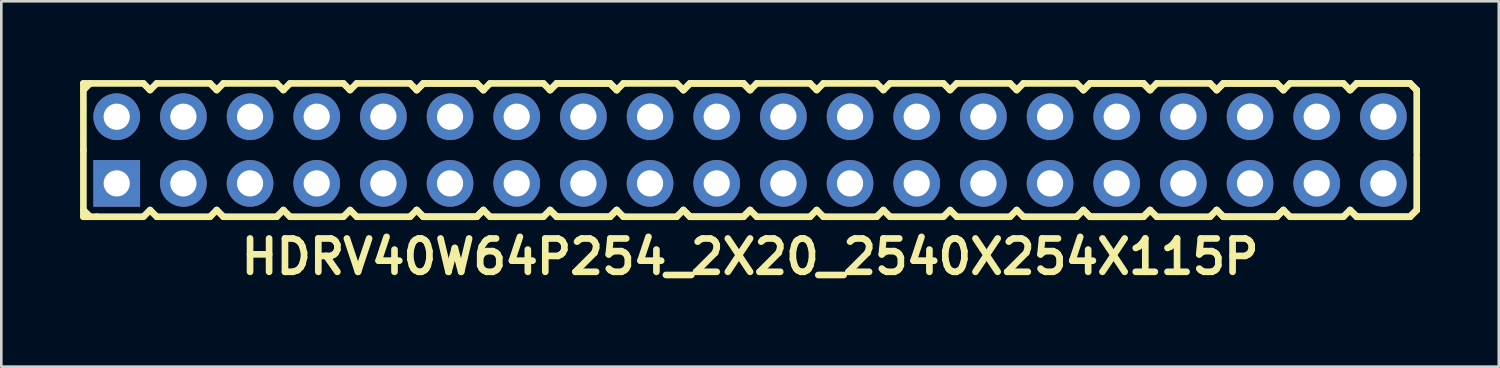
<source format=kicad_pcb>
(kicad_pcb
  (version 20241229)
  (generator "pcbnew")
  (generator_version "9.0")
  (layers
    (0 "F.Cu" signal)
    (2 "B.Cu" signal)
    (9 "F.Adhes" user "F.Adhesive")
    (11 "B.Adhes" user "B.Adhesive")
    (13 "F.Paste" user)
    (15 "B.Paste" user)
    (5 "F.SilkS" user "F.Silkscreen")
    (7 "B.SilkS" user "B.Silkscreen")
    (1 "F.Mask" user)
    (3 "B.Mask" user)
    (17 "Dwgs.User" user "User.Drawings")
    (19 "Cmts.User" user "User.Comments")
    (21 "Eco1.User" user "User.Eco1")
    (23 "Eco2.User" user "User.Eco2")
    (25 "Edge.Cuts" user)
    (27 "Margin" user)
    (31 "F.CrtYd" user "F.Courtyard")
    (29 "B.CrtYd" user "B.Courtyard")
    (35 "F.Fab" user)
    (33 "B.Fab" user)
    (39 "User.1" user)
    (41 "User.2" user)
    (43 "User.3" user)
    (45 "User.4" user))
  (footprint "HDRV40W64P254_2X20_2540X254X115P"
    (layer "F.Cu")
    (at 25.527 2.667)
    (property "Reference" "HDRV40W64P254_2X20_2540X254X115P" (at 0 4.064 0) (layer "F.SilkS") (effects (font (size 1.27 1.27) (thickness 0.254))))
    (attr smd)
    (fp_line (start -25.4 -2.54) (end -25.4 0) (stroke (width 0.254) (type solid)) (layer "F.SilkS"))
    (fp_line (start -25.4 -2.54) (end -25.146 -2.54) (stroke (width 0.254) (type solid)) (layer "F.SilkS"))
    (fp_line (start -25.4 -2.286) (end -25.146 -2.54) (stroke (width 0.254) (type solid)) (layer "F.SilkS"))
    (fp_line (start -25.4 0) (end -25.4 2.54) (stroke (width 0.254) (type solid)) (layer "F.SilkS"))
    (fp_line (start -25.146 -2.54) (end -23.114 -2.54) (stroke (width 0.254) (type solid)) (layer "F.SilkS"))
    (fp_line (start -25.146 2.54) (end -25.4 2.286) (stroke (width 0.254) (type solid)) (layer "F.SilkS"))
    (fp_line (start -24.892 2.54) (end -25.4 2.54) (stroke (width 0.254) (type solid)) (layer "F.SilkS"))
    (fp_line (start -23.114 -2.54) (end -22.86 -2.286) (stroke (width 0.254) (type solid)) (layer "F.SilkS"))
    (fp_line (start -23.114 2.54) (end -24.892 2.54) (stroke (width 0.254) (type solid)) (layer "F.SilkS"))
    (fp_line (start -22.86 -2.286) (end -22.606 -2.54) (stroke (width 0.254) (type solid)) (layer "F.SilkS"))
    (fp_line (start -22.86 2.286) (end -23.114 2.54) (stroke (width 0.254) (type solid)) (layer "F.SilkS"))
    (fp_line (start -22.606 -2.54) (end -20.574 -2.54) (stroke (width 0.254) (type solid)) (layer "F.SilkS"))
    (fp_line (start -22.606 2.54) (end -22.86 2.286) (stroke (width 0.254) (type solid)) (layer "F.SilkS"))
    (fp_line (start -20.574 -2.54) (end -20.32 -2.286) (stroke (width 0.254) (type solid)) (layer "F.SilkS"))
    (fp_line (start -20.574 2.54) (end -22.606 2.54) (stroke (width 0.254) (type solid)) (layer "F.SilkS"))
    (fp_line (start -20.574 2.54) (end -20.32 2.286) (stroke (width 0.254) (type solid)) (layer "F.SilkS"))
    (fp_line (start -20.32 -2.286) (end -20.066 -2.54) (stroke (width 0.254) (type solid)) (layer "F.SilkS"))
    (fp_line (start -20.32 2.286) (end -20.066 2.54) (stroke (width 0.254) (type solid)) (layer "F.SilkS"))
    (fp_line (start -20.066 -2.54) (end -18.034 -2.54) (stroke (width 0.254) (type solid)) (layer "F.SilkS"))
    (fp_line (start -18.034 -2.54) (end -17.78 -2.286) (stroke (width 0.254) (type solid)) (layer "F.SilkS"))
    (fp_line (start -18.034 2.54) (end -20.066 2.54) (stroke (width 0.254) (type solid)) (layer "F.SilkS"))
    (fp_line (start -17.78 -2.286) (end -17.526 -2.54) (stroke (width 0.254) (type solid)) (layer "F.SilkS"))
    (fp_line (start -17.78 2.286) (end -18.034 2.54) (stroke (width 0.254) (type solid)) (layer "F.SilkS"))
    (fp_line (start -17.526 -2.54) (end -15.494 -2.54) (stroke (width 0.254) (type solid)) (layer "F.SilkS"))
    (fp_line (start -17.526 2.54) (end -17.78 2.286) (stroke (width 0.254) (type solid)) (layer "F.SilkS"))
    (fp_line (start -15.494 -2.54) (end -15.24 -2.286) (stroke (width 0.254) (type solid)) (layer "F.SilkS"))
    (fp_line (start -15.494 2.54) (end -17.526 2.54) (stroke (width 0.254) (type solid)) (layer "F.SilkS"))
    (fp_line (start -15.24 -2.286) (end -14.986 -2.54) (stroke (width 0.254) (type solid)) (layer "F.SilkS"))
    (fp_line (start -15.24 2.286) (end -15.494 2.54) (stroke (width 0.254) (type solid)) (layer "F.SilkS"))
    (fp_line (start -14.986 -2.54) (end -12.954 -2.54) (stroke (width 0.254) (type solid)) (layer "F.SilkS"))
    (fp_line (start -14.986 2.54) (end -15.24 2.286) (stroke (width 0.254) (type solid)) (layer "F.SilkS"))
    (fp_line (start -12.954 -2.54) (end -12.7 -2.286) (stroke (width 0.254) (type solid)) (layer "F.SilkS"))
    (fp_line (start -12.954 2.54) (end -14.986 2.54) (stroke (width 0.254) (type solid)) (layer "F.SilkS"))
    (fp_line (start -12.7 -2.286) (end -12.446 -2.54) (stroke (width 0.254) (type solid)) (layer "F.SilkS"))
    (fp_line (start -12.7 -2.286) (end -12.446 -2.54) (stroke (width 0.254) (type solid)) (layer "F.SilkS"))
    (fp_line (start -12.7 2.286) (end -12.954 2.54) (stroke (width 0.254) (type solid)) (layer "F.SilkS"))
    (fp_line (start -12.446 -2.54) (end -10.414 -2.54) (stroke (width 0.254) (type solid)) (layer "F.SilkS"))
    (fp_line (start -12.446 -2.54) (end -10.414 -2.54) (stroke (width 0.254) (type solid)) (layer "F.SilkS"))
    (fp_line (start -12.446 2.54) (end -12.7 2.286) (stroke (width 0.254) (type solid)) (layer "F.SilkS"))
    (fp_line (start -12.446 2.54) (end -12.7 2.286) (stroke (width 0.254) (type solid)) (layer "F.SilkS"))
    (fp_line (start -10.414 -2.54) (end -10.16 -2.286) (stroke (width 0.254) (type solid)) (layer "F.SilkS"))
    (fp_line (start -10.414 -2.54) (end -10.16 -2.286) (stroke (width 0.254) (type solid)) (layer "F.SilkS"))
    (fp_line (start -10.414 2.54) (end -12.446 2.54) (stroke (width 0.254) (type solid)) (layer "F.SilkS"))
    (fp_line (start -10.414 2.54) (end -12.446 2.54) (stroke (width 0.254) (type solid)) (layer "F.SilkS"))
    (fp_line (start -10.16 -2.286) (end -9.906 -2.54) (stroke (width 0.254) (type solid)) (layer "F.SilkS"))
    (fp_line (start -10.16 2.286) (end -10.414 2.54) (stroke (width 0.254) (type solid)) (layer "F.SilkS"))
    (fp_line (start -10.16 2.286) (end -10.414 2.54) (stroke (width 0.254) (type solid)) (layer "F.SilkS"))
    (fp_line (start -9.906 -2.54) (end -7.874 -2.54) (stroke (width 0.254) (type solid)) (layer "F.SilkS"))
    (fp_line (start -9.906 2.54) (end -10.16 2.286) (stroke (width 0.254) (type solid)) (layer "F.SilkS"))
    (fp_line (start -7.874 -2.54) (end -7.62 -2.286) (stroke (width 0.254) (type solid)) (layer "F.SilkS"))
    (fp_line (start -7.874 2.54) (end -9.906 2.54) (stroke (width 0.254) (type solid)) (layer "F.SilkS"))
    (fp_line (start -7.62 -2.286) (end -7.366 -2.54) (stroke (width 0.254) (type solid)) (layer "F.SilkS"))
    (fp_line (start -7.62 -2.286) (end -7.366 -2.54) (stroke (width 0.254) (type solid)) (layer "F.SilkS"))
    (fp_line (start -7.62 2.286) (end -7.874 2.54) (stroke (width 0.254) (type solid)) (layer "F.SilkS"))
    (fp_line (start -7.366 -2.54) (end -5.334 -2.54) (stroke (width 0.254) (type solid)) (layer "F.SilkS"))
    (fp_line (start -7.366 -2.54) (end -5.334 -2.54) (stroke (width 0.254) (type solid)) (layer "F.SilkS"))
    (fp_line (start -7.366 2.54) (end -7.62 2.286) (stroke (width 0.254) (type solid)) (layer "F.SilkS"))
    (fp_line (start -7.366 2.54) (end -7.62 2.286) (stroke (width 0.254) (type solid)) (layer "F.SilkS"))
    (fp_line (start -5.334 -2.54) (end -5.08 -2.286) (stroke (width 0.254) (type solid)) (layer "F.SilkS"))
    (fp_line (start -5.334 -2.54) (end -5.08 -2.286) (stroke (width 0.254) (type solid)) (layer "F.SilkS"))
    (fp_line (start -5.334 2.54) (end -7.366 2.54) (stroke (width 0.254) (type solid)) (layer "F.SilkS"))
    (fp_line (start -5.334 2.54) (end -7.366 2.54) (stroke (width 0.254) (type solid)) (layer "F.SilkS"))
    (fp_line (start -5.08 -2.286) (end -4.826 -2.54) (stroke (width 0.254) (type solid)) (layer "F.SilkS"))
    (fp_line (start -5.08 2.286) (end -5.334 2.54) (stroke (width 0.254) (type solid)) (layer "F.SilkS"))
    (fp_line (start -5.08 2.286) (end -5.334 2.54) (stroke (width 0.254) (type solid)) (layer "F.SilkS"))
    (fp_line (start -4.826 -2.54) (end -2.794 -2.54) (stroke (width 0.254) (type solid)) (layer "F.SilkS"))
    (fp_line (start -4.826 2.54) (end -5.08 2.286) (stroke (width 0.254) (type solid)) (layer "F.SilkS"))
    (fp_line (start -2.794 -2.54) (end -2.54 -2.286) (stroke (width 0.254) (type solid)) (layer "F.SilkS"))
    (fp_line (start -2.794 2.54) (end -4.826 2.54) (stroke (width 0.254) (type solid)) (layer "F.SilkS"))
    (fp_line (start -2.54 -2.286) (end -2.286 -2.54) (stroke (width 0.254) (type solid)) (layer "F.SilkS"))
    (fp_line (start -2.54 -2.286) (end -2.286 -2.54) (stroke (width 0.254) (type solid)) (layer "F.SilkS"))
    (fp_line (start -2.54 2.286) (end -2.794 2.54) (stroke (width 0.254) (type solid)) (layer "F.SilkS"))
    (fp_line (start -2.286 -2.54) (end -0.254 -2.54) (stroke (width 0.254) (type solid)) (layer "F.SilkS"))
    (fp_line (start -2.286 -2.54) (end -0.254 -2.54) (stroke (width 0.254) (type solid)) (layer "F.SilkS"))
    (fp_line (start -2.286 2.54) (end -2.54 2.286) (stroke (width 0.254) (type solid)) (layer "F.SilkS"))
    (fp_line (start -2.286 2.54) (end -2.54 2.286) (stroke (width 0.254) (type solid)) (layer "F.SilkS"))
    (fp_line (start -0.254 -2.54) (end 0 -2.286) (stroke (width 0.254) (type solid)) (layer "F.SilkS"))
    (fp_line (start -0.254 -2.54) (end 0 -2.286) (stroke (width 0.254) (type solid)) (layer "F.SilkS"))
    (fp_line (start -0.254 2.54) (end -2.286 2.54) (stroke (width 0.254) (type solid)) (layer "F.SilkS"))
    (fp_line (start -0.254 2.54) (end -2.286 2.54) (stroke (width 0.254) (type solid)) (layer "F.SilkS"))
    (fp_line (start 0 -2.286) (end 0.254 -2.54) (stroke (width 0.254) (type solid)) (layer "F.SilkS"))
    (fp_line (start 0 2.286) (end -0.254 2.54) (stroke (width 0.254) (type solid)) (layer "F.SilkS"))
    (fp_line (start 0 2.286) (end -0.254 2.54) (stroke (width 0.254) (type solid)) (layer "F.SilkS"))
    (fp_line (start 0.254 -2.54) (end 2.286 -2.54) (stroke (width 0.254) (type solid)) (layer "F.SilkS"))
    (fp_line (start 0.254 2.54) (end 0 2.286) (stroke (width 0.254) (type solid)) (layer "F.SilkS"))
    (fp_line (start 2.286 -2.54) (end 2.54 -2.286) (stroke (width 0.254) (type solid)) (layer "F.SilkS"))
    (fp_line (start 2.286 2.54) (end 0.254 2.54) (stroke (width 0.254) (type solid)) (layer "F.SilkS"))
    (fp_line (start 2.54 -2.286) (end 2.794 -2.54) (stroke (width 0.254) (type solid)) (layer "F.SilkS"))
    (fp_line (start 2.54 2.286) (end 2.286 2.54) (stroke (width 0.254) (type solid)) (layer "F.SilkS"))
    (fp_line (start 2.794 -2.54) (end 4.826 -2.54) (stroke (width 0.254) (type solid)) (layer "F.SilkS"))
    (fp_line (start 2.794 2.54) (end 2.54 2.286) (stroke (width 0.254) (type solid)) (layer "F.SilkS"))
    (fp_line (start 4.826 -2.54) (end 5.08 -2.286) (stroke (width 0.254) (type solid)) (layer "F.SilkS"))
    (fp_line (start 4.826 2.54) (end 2.794 2.54) (stroke (width 0.254) (type solid)) (layer "F.SilkS"))
    (fp_line (start 4.826 2.54) (end 5.08 2.286) (stroke (width 0.254) (type solid)) (layer "F.SilkS"))
    (fp_line (start 5.08 -2.286) (end 5.334 -2.54) (stroke (width 0.254) (type solid)) (layer "F.SilkS"))
    (fp_line (start 5.08 2.286) (end 5.334 2.54) (stroke (width 0.254) (type solid)) (layer "F.SilkS"))
    (fp_line (start 5.334 -2.54) (end 7.366 -2.54) (stroke (width 0.254) (type solid)) (layer "F.SilkS"))
    (fp_line (start 7.366 -2.54) (end 7.62 -2.286) (stroke (width 0.254) (type solid)) (layer "F.SilkS"))
    (fp_line (start 7.366 2.54) (end 5.334 2.54) (stroke (width 0.254) (type solid)) (layer "F.SilkS"))
    (fp_line (start 7.62 -2.286) (end 7.874 -2.54) (stroke (width 0.254) (type solid)) (layer "F.SilkS"))
    (fp_line (start 7.62 2.286) (end 7.366 2.54) (stroke (width 0.254) (type solid)) (layer "F.SilkS"))
    (fp_line (start 7.874 -2.54) (end 9.906 -2.54) (stroke (width 0.254) (type solid)) (layer "F.SilkS"))
    (fp_line (start 7.874 2.54) (end 7.62 2.286) (stroke (width 0.254) (type solid)) (layer "F.SilkS"))
    (fp_line (start 9.906 -2.54) (end 10.16 -2.286) (stroke (width 0.254) (type solid)) (layer "F.SilkS"))
    (fp_line (start 9.906 2.54) (end 7.874 2.54) (stroke (width 0.254) (type solid)) (layer "F.SilkS"))
    (fp_line (start 10.16 -2.286) (end 10.414 -2.54) (stroke (width 0.254) (type solid)) (layer "F.SilkS"))
    (fp_line (start 10.16 2.286) (end 9.906 2.54) (stroke (width 0.254) (type solid)) (layer "F.SilkS"))
    (fp_line (start 10.414 -2.54) (end 12.446 -2.54) (stroke (width 0.254) (type solid)) (layer "F.SilkS"))
    (fp_line (start 10.414 2.54) (end 10.16 2.286) (stroke (width 0.254) (type solid)) (layer "F.SilkS"))
    (fp_line (start 12.446 -2.54) (end 12.7 -2.286) (stroke (width 0.254) (type solid)) (layer "F.SilkS"))
    (fp_line (start 12.446 2.54) (end 10.414 2.54) (stroke (width 0.254) (type solid)) (layer "F.SilkS"))
    (fp_line (start 12.7 -2.286) (end 12.954 -2.54) (stroke (width 0.254) (type solid)) (layer "F.SilkS"))
    (fp_line (start 12.7 -2.286) (end 12.954 -2.54) (stroke (width 0.254) (type solid)) (layer "F.SilkS"))
    (fp_line (start 12.7 2.286) (end 12.446 2.54) (stroke (width 0.254) (type solid)) (layer "F.SilkS"))
    (fp_line (start 12.954 -2.54) (end 14.986 -2.54) (stroke (width 0.254) (type solid)) (layer "F.SilkS"))
    (fp_line (start 12.954 -2.54) (end 14.986 -2.54) (stroke (width 0.254) (type solid)) (layer "F.SilkS"))
    (fp_line (start 12.954 2.54) (end 12.7 2.286) (stroke (width 0.254) (type solid)) (layer "F.SilkS"))
    (fp_line (start 12.954 2.54) (end 12.7 2.286) (stroke (width 0.254) (type solid)) (layer "F.SilkS"))
    (fp_line (start 14.986 -2.54) (end 15.24 -2.286) (stroke (width 0.254) (type solid)) (layer "F.SilkS"))
    (fp_line (start 14.986 -2.54) (end 15.24 -2.286) (stroke (width 0.254) (type solid)) (layer "F.SilkS"))
    (fp_line (start 14.986 2.54) (end 12.954 2.54) (stroke (width 0.254) (type solid)) (layer "F.SilkS"))
    (fp_line (start 14.986 2.54) (end 12.954 2.54) (stroke (width 0.254) (type solid)) (layer "F.SilkS"))
    (fp_line (start 15.24 -2.286) (end 15.494 -2.54) (stroke (width 0.254) (type solid)) (layer "F.SilkS"))
    (fp_line (start 15.24 2.286) (end 14.986 2.54) (stroke (width 0.254) (type solid)) (layer "F.SilkS"))
    (fp_line (start 15.24 2.286) (end 14.986 2.54) (stroke (width 0.254) (type solid)) (layer "F.SilkS"))
    (fp_line (start 15.494 -2.54) (end 17.526 -2.54) (stroke (width 0.254) (type solid)) (layer "F.SilkS"))
    (fp_line (start 15.494 2.54) (end 15.24 2.286) (stroke (width 0.254) (type solid)) (layer "F.SilkS"))
    (fp_line (start 17.526 -2.54) (end 17.78 -2.286) (stroke (width 0.254) (type solid)) (layer "F.SilkS"))
    (fp_line (start 17.526 2.54) (end 15.494 2.54) (stroke (width 0.254) (type solid)) (layer "F.SilkS"))
    (fp_line (start 17.78 -2.286) (end 18.034 -2.54) (stroke (width 0.254) (type solid)) (layer "F.SilkS"))
    (fp_line (start 17.78 -2.286) (end 18.034 -2.54) (stroke (width 0.254) (type solid)) (layer "F.SilkS"))
    (fp_line (start 17.78 2.286) (end 17.526 2.54) (stroke (width 0.254) (type solid)) (layer "F.SilkS"))
    (fp_line (start 18.034 -2.54) (end 20.066 -2.54) (stroke (width 0.254) (type solid)) (layer "F.SilkS"))
    (fp_line (start 18.034 -2.54) (end 20.066 -2.54) (stroke (width 0.254) (type solid)) (layer "F.SilkS"))
    (fp_line (start 18.034 2.54) (end 17.78 2.286) (stroke (width 0.254) (type solid)) (layer "F.SilkS"))
    (fp_line (start 18.034 2.54) (end 17.78 2.286) (stroke (width 0.254) (type solid)) (layer "F.SilkS"))
    (fp_line (start 20.066 -2.54) (end 20.32 -2.286) (stroke (width 0.254) (type solid)) (layer "F.SilkS"))
    (fp_line (start 20.066 -2.54) (end 20.32 -2.286) (stroke (width 0.254) (type solid)) (layer "F.SilkS"))
    (fp_line (start 20.066 2.54) (end 18.034 2.54) (stroke (width 0.254) (type solid)) (layer "F.SilkS"))
    (fp_line (start 20.066 2.54) (end 18.034 2.54) (stroke (width 0.254) (type solid)) (layer "F.SilkS"))
    (fp_line (start 20.32 -2.286) (end 20.574 -2.54) (stroke (width 0.254) (type solid)) (layer "F.SilkS"))
    (fp_line (start 20.32 2.286) (end 20.066 2.54) (stroke (width 0.254) (type solid)) (layer "F.SilkS"))
    (fp_line (start 20.32 2.286) (end 20.066 2.54) (stroke (width 0.254) (type solid)) (layer "F.SilkS"))
    (fp_line (start 20.574 -2.54) (end 22.606 -2.54) (stroke (width 0.254) (type solid)) (layer "F.SilkS"))
    (fp_line (start 20.574 2.54) (end 20.32 2.286) (stroke (width 0.254) (type solid)) (layer "F.SilkS"))
    (fp_line (start 22.606 -2.54) (end 22.86 -2.286) (stroke (width 0.254) (type solid)) (layer "F.SilkS"))
    (fp_line (start 22.606 2.54) (end 20.574 2.54) (stroke (width 0.254) (type solid)) (layer "F.SilkS"))
    (fp_line (start 22.86 -2.286) (end 23.114 -2.54) (stroke (width 0.254) (type solid)) (layer "F.SilkS"))
    (fp_line (start 22.86 -2.286) (end 23.114 -2.54) (stroke (width 0.254) (type solid)) (layer "F.SilkS"))
    (fp_line (start 22.86 2.286) (end 22.606 2.54) (stroke (width 0.254) (type solid)) (layer "F.SilkS"))
    (fp_line (start 23.114 -2.54) (end 25.146 -2.54) (stroke (width 0.254) (type solid)) (layer "F.SilkS"))
    (fp_line (start 23.114 -2.54) (end 25.146 -2.54) (stroke (width 0.254) (type solid)) (layer "F.SilkS"))
    (fp_line (start 23.114 2.54) (end 22.86 2.286) (stroke (width 0.254) (type solid)) (layer "F.SilkS"))
    (fp_line (start 23.114 2.54) (end 22.86 2.286) (stroke (width 0.254) (type solid)) (layer "F.SilkS"))
    (fp_line (start 25.146 -2.54) (end 25.4 -2.286) (stroke (width 0.254) (type solid)) (layer "F.SilkS"))
    (fp_line (start 25.146 -2.54) (end 25.4 -2.286) (stroke (width 0.254) (type solid)) (layer "F.SilkS"))
    (fp_line (start 25.146 2.54) (end 23.114 2.54) (stroke (width 0.254) (type solid)) (layer "F.SilkS"))
    (fp_line (start 25.146 2.54) (end 23.114 2.54) (stroke (width 0.254) (type solid)) (layer "F.SilkS"))
    (fp_line (start 25.4 -2.286) (end 25.4 0.127) (stroke (width 0.254) (type solid)) (layer "F.SilkS"))
    (fp_line (start 25.4 0.254) (end 25.4 2.286) (stroke (width 0.254) (type solid)) (layer "F.SilkS"))
    (fp_line (start 25.4 2.286) (end 25.146 2.54) (stroke (width 0.254) (type solid)) (layer "F.SilkS"))
    (fp_line (start 25.4 2.286) (end 25.146 2.54) (stroke (width 0.254) (type solid)) (layer "F.SilkS"))
    (pad "1" thru_hole rect (at -24.13 1.27) (size 1.778 1.778) (drill 1) (layers "*.Cu" "*.Mask"))
    (pad "2" thru_hole circle (at -24.13 -1.27) (size 1.778 1.778) (drill 1) (layers "*.Cu" "*.Mask"))
    (pad "3" thru_hole circle (at -21.59 1.27) (size 1.778 1.778) (drill 1) (layers "*.Cu" "*.Mask"))
    (pad "4" thru_hole circle (at -21.59 -1.27) (size 1.778 1.778) (drill 1) (layers "*.Cu" "*.Mask"))
    (pad "5" thru_hole circle (at -19.05 1.27) (size 1.778 1.778) (drill 1) (layers "*.Cu" "*.Mask"))
    (pad "6" thru_hole circle (at -19.05 -1.27) (size 1.778 1.778) (drill 1) (layers "*.Cu" "*.Mask"))
    (pad "7" thru_hole circle (at -16.51 1.27) (size 1.778 1.778) (drill 1) (layers "*.Cu" "*.Mask"))
    (pad "8" thru_hole circle (at -16.51 -1.27) (size 1.778 1.778) (drill 1) (layers "*.Cu" "*.Mask"))
    (pad "9" thru_hole circle (at -13.97 1.27) (size 1.778 1.778) (drill 1) (layers "*.Cu" "*.Mask"))
    (pad "10" thru_hole circle (at -13.97 -1.27) (size 1.778 1.778) (drill 1) (layers "*.Cu" "*.Mask"))
    (pad "11" thru_hole circle (at -11.43 1.27) (size 1.778 1.778) (drill 1) (layers "*.Cu" "*.Mask"))
    (pad "12" thru_hole circle (at -11.43 -1.27) (size 1.778 1.778) (drill 1) (layers "*.Cu" "*.Mask"))
    (pad "13" thru_hole circle (at -8.89 1.27) (size 1.778 1.778) (drill 1) (layers "*.Cu" "*.Mask"))
    (pad "14" thru_hole circle (at -8.89 -1.27) (size 1.778 1.778) (drill 1) (layers "*.Cu" "*.Mask"))
    (pad "15" thru_hole circle (at -6.35 1.27) (size 1.778 1.778) (drill 1) (layers "*.Cu" "*.Mask"))
    (pad "16" thru_hole circle (at -6.35 -1.27) (size 1.778 1.778) (drill 1) (layers "*.Cu" "*.Mask"))
    (pad "17" thru_hole circle (at -3.81 1.27) (size 1.778 1.778) (drill 1) (layers "*.Cu" "*.Mask"))
    (pad "18" thru_hole circle (at -3.81 -1.27) (size 1.778 1.778) (drill 1) (layers "*.Cu" "*.Mask"))
    (pad "19" thru_hole circle (at -1.27 1.27) (size 1.778 1.778) (drill 1) (layers "*.Cu" "*.Mask"))
    (pad "20" thru_hole circle (at -1.27 -1.27) (size 1.778 1.778) (drill 1) (layers "*.Cu" "*.Mask"))
    (pad "21" thru_hole circle (at 1.27 1.27) (size 1.778 1.778) (drill 1) (layers "*.Cu" "*.Mask"))
    (pad "22" thru_hole circle (at 1.27 -1.27) (size 1.778 1.778) (drill 1) (layers "*.Cu" "*.Mask"))
    (pad "23" thru_hole circle (at 3.81 1.27) (size 1.778 1.778) (drill 1) (layers "*.Cu" "*.Mask"))
    (pad "24" thru_hole circle (at 3.81 -1.27) (size 1.778 1.778) (drill 1) (layers "*.Cu" "*.Mask"))
    (pad "25" thru_hole circle (at 6.35 1.27) (size 1.778 1.778) (drill 1) (layers "*.Cu" "*.Mask"))
    (pad "26" thru_hole circle (at 6.35 -1.27) (size 1.778 1.778) (drill 1) (layers "*.Cu" "*.Mask"))
    (pad "27" thru_hole circle (at 8.89 1.27) (size 1.778 1.778) (drill 1) (layers "*.Cu" "*.Mask"))
    (pad "28" thru_hole circle (at 8.89 -1.27) (size 1.778 1.778) (drill 1) (layers "*.Cu" "*.Mask"))
    (pad "29" thru_hole circle (at 11.43 1.27) (size 1.778 1.778) (drill 1) (layers "*.Cu" "*.Mask"))
    (pad "30" thru_hole circle (at 11.43 -1.27) (size 1.778 1.778) (drill 1) (layers "*.Cu" "*.Mask"))
    (pad "31" thru_hole circle (at 13.97 1.27) (size 1.778 1.778) (drill 1) (layers "*.Cu" "*.Mask"))
    (pad "32" thru_hole circle (at 13.97 -1.27) (size 1.778 1.778) (drill 1) (layers "*.Cu" "*.Mask"))
    (pad "33" thru_hole circle (at 16.51 1.27) (size 1.778 1.778) (drill 1) (layers "*.Cu" "*.Mask"))
    (pad "34" thru_hole circle (at 16.51 -1.27) (size 1.778 1.778) (drill 1) (layers "*.Cu" "*.Mask"))
    (pad "35" thru_hole circle (at 19.05 1.27) (size 1.778 1.778) (drill 1) (layers "*.Cu" "*.Mask"))
    (pad "36" thru_hole circle (at 19.05 -1.27) (size 1.778 1.778) (drill 1) (layers "*.Cu" "*.Mask"))
    (pad "37" thru_hole circle (at 21.59 1.27) (size 1.778 1.778) (drill 1) (layers "*.Cu" "*.Mask"))
    (pad "38" thru_hole circle (at 21.59 -1.27) (size 1.778 1.778) (drill 1) (layers "*.Cu" "*.Mask"))
    (pad "39" thru_hole circle (at 24.13 1.27) (size 1.778 1.778) (drill 1) (layers "*.Cu" "*.Mask"))
    (pad "40" thru_hole circle (at 24.13 -1.27) (size 1.778 1.778) (drill 1) (layers "*.Cu" "*.Mask")))
  (gr_rect
    (start -3 -3)
    (end 54.054 10.92)
    (stroke (width 0.1) (type default))
    (fill no)
    (layer "Edge.Cuts")))
</source>
